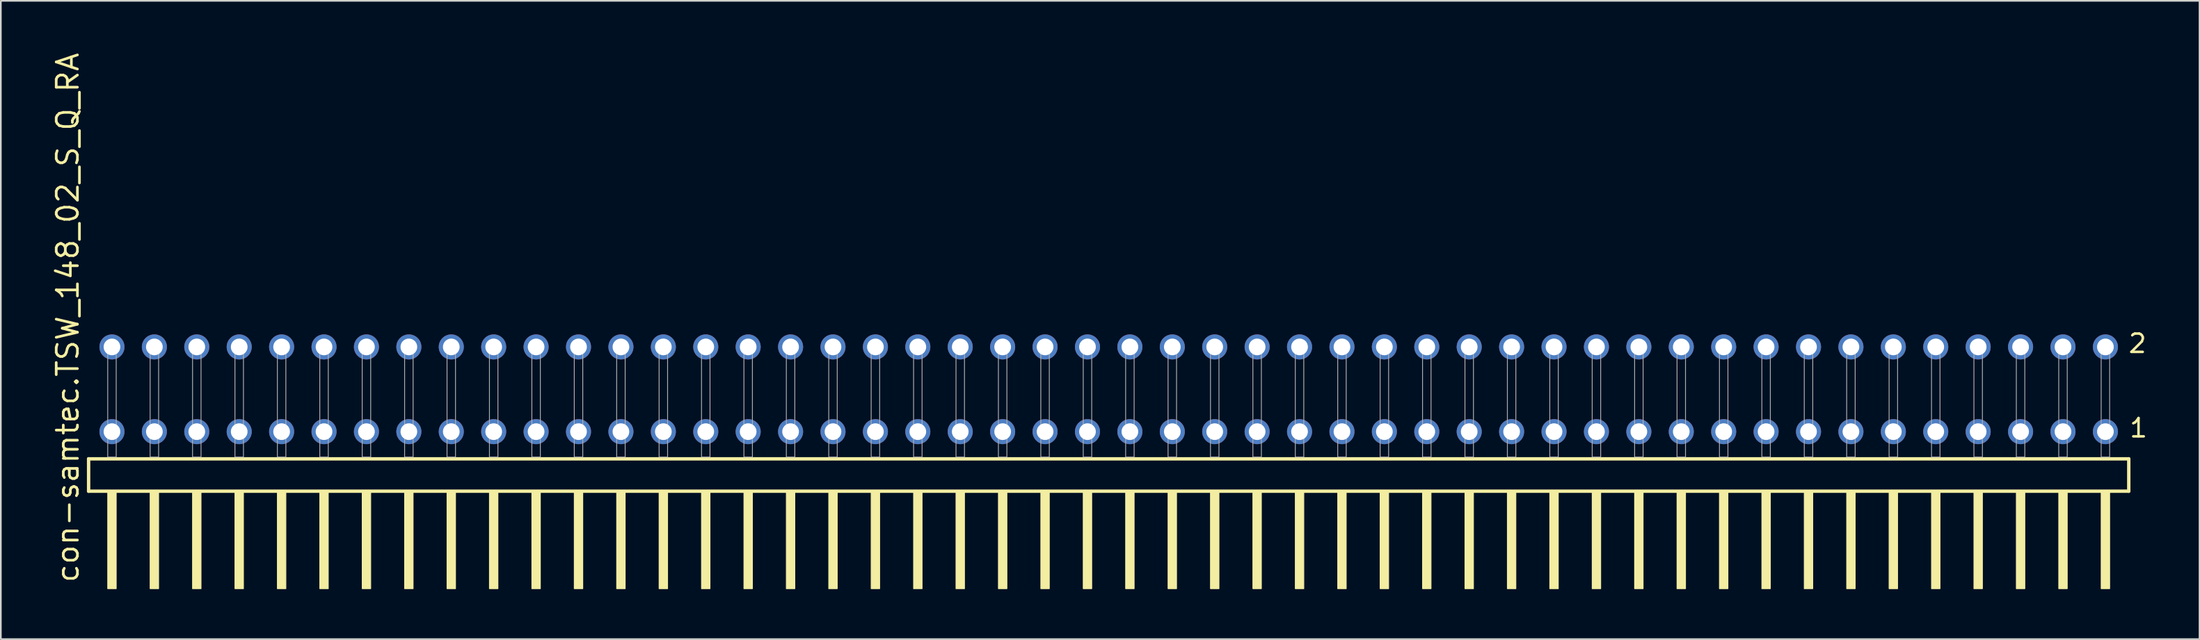
<source format=kicad_pcb>
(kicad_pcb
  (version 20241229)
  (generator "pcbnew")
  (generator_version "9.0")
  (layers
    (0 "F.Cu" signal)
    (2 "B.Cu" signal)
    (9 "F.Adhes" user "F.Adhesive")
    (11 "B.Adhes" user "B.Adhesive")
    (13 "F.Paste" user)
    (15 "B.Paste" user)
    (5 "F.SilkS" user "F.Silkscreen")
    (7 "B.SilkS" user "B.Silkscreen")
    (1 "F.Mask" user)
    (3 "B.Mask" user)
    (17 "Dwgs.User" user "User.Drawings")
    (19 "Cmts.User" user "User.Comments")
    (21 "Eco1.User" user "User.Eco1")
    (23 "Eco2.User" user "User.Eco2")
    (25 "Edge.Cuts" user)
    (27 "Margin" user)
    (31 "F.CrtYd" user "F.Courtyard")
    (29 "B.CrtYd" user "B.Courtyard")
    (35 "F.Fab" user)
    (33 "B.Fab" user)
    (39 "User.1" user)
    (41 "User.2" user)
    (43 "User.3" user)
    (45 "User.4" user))
  (footprint "con-samtec.TSW_148_02_S_Q_RA"
    (layer "F.Cu")
    (at 63.345 24.356)
    (property "Reference" "con-samtec.TSW_148_02_S_Q_RA" (at -61.595 7.62 90) (layer "F.SilkS") (effects (font (size 1.27 1.27) (thickness 0.16)) (justify left bottom)))
    (attr through_hole)
    (fp_line (start -61.089 0.106) (end -61.089 2.046) (stroke (width 0.203) (type default)) (layer "F.SilkS"))
    (fp_line (start -61.089 2.046) (end 61.089 2.046) (stroke (width 0.203) (type default)) (layer "F.SilkS"))
    (fp_line (start 61.089 0.106) (end -61.089 0.106) (stroke (width 0.203) (type default)) (layer "F.SilkS"))
    (fp_line (start 61.089 2.046) (end 61.089 0.106) (stroke (width 0.203) (type default)) (layer "F.SilkS"))
    (fp_rect (start -59.944 7.89) (end -59.436 2.04) (stroke (width 0.05) (type default)) (fill yes) (layer "F.SilkS"))
    (fp_rect (start -57.404 7.89) (end -56.896 2.04) (stroke (width 0.05) (type default)) (fill yes) (layer "F.SilkS"))
    (fp_rect (start -54.864 7.89) (end -54.356 2.04) (stroke (width 0.05) (type default)) (fill yes) (layer "F.SilkS"))
    (fp_rect (start -52.324 7.89) (end -51.816 2.04) (stroke (width 0.05) (type default)) (fill yes) (layer "F.SilkS"))
    (fp_rect (start -49.784 7.89) (end -49.276 2.04) (stroke (width 0.05) (type default)) (fill yes) (layer "F.SilkS"))
    (fp_rect (start -47.244 7.89) (end -46.736 2.04) (stroke (width 0.05) (type default)) (fill yes) (layer "F.SilkS"))
    (fp_rect (start -44.704 7.89) (end -44.196 2.04) (stroke (width 0.05) (type default)) (fill yes) (layer "F.SilkS"))
    (fp_rect (start -42.164 7.89) (end -41.656 2.04) (stroke (width 0.05) (type default)) (fill yes) (layer "F.SilkS"))
    (fp_rect (start -39.624 7.89) (end -39.116 2.04) (stroke (width 0.05) (type default)) (fill yes) (layer "F.SilkS"))
    (fp_rect (start -37.084 7.89) (end -36.576 2.04) (stroke (width 0.05) (type default)) (fill yes) (layer "F.SilkS"))
    (fp_rect (start -34.544 7.89) (end -34.036 2.04) (stroke (width 0.05) (type default)) (fill yes) (layer "F.SilkS"))
    (fp_rect (start -32.004 7.89) (end -31.496 2.04) (stroke (width 0.05) (type default)) (fill yes) (layer "F.SilkS"))
    (fp_rect (start -29.464 7.89) (end -28.956 2.04) (stroke (width 0.05) (type default)) (fill yes) (layer "F.SilkS"))
    (fp_rect (start -26.924 7.89) (end -26.416 2.04) (stroke (width 0.05) (type default)) (fill yes) (layer "F.SilkS"))
    (fp_rect (start -24.384 7.89) (end -23.876 2.04) (stroke (width 0.05) (type default)) (fill yes) (layer "F.SilkS"))
    (fp_rect (start -21.844 7.89) (end -21.336 2.04) (stroke (width 0.05) (type default)) (fill yes) (layer "F.SilkS"))
    (fp_rect (start -19.304 7.89) (end -18.796 2.04) (stroke (width 0.05) (type default)) (fill yes) (layer "F.SilkS"))
    (fp_rect (start -16.764 7.89) (end -16.256 2.04) (stroke (width 0.05) (type default)) (fill yes) (layer "F.SilkS"))
    (fp_rect (start -14.224 7.89) (end -13.716 2.04) (stroke (width 0.05) (type default)) (fill yes) (layer "F.SilkS"))
    (fp_rect (start -11.684 7.89) (end -11.176 2.04) (stroke (width 0.05) (type default)) (fill yes) (layer "F.SilkS"))
    (fp_rect (start -9.144 7.89) (end -8.636 2.04) (stroke (width 0.05) (type default)) (fill yes) (layer "F.SilkS"))
    (fp_rect (start -6.604 7.89) (end -6.096 2.04) (stroke (width 0.05) (type default)) (fill yes) (layer "F.SilkS"))
    (fp_rect (start -4.064 7.89) (end -3.556 2.04) (stroke (width 0.05) (type default)) (fill yes) (layer "F.SilkS"))
    (fp_rect (start -1.524 7.89) (end -1.016 2.04) (stroke (width 0.05) (type default)) (fill yes) (layer "F.SilkS"))
    (fp_rect (start 1.016 7.89) (end 1.524 2.04) (stroke (width 0.05) (type default)) (fill yes) (layer "F.SilkS"))
    (fp_rect (start 3.556 7.89) (end 4.064 2.04) (stroke (width 0.05) (type default)) (fill yes) (layer "F.SilkS"))
    (fp_rect (start 6.096 7.89) (end 6.604 2.04) (stroke (width 0.05) (type default)) (fill yes) (layer "F.SilkS"))
    (fp_rect (start 8.636 7.89) (end 9.144 2.04) (stroke (width 0.05) (type default)) (fill yes) (layer "F.SilkS"))
    (fp_rect (start 11.176 7.89) (end 11.684 2.04) (stroke (width 0.05) (type default)) (fill yes) (layer "F.SilkS"))
    (fp_rect (start 13.716 7.89) (end 14.224 2.04) (stroke (width 0.05) (type default)) (fill yes) (layer "F.SilkS"))
    (fp_rect (start 16.256 7.89) (end 16.764 2.04) (stroke (width 0.05) (type default)) (fill yes) (layer "F.SilkS"))
    (fp_rect (start 18.796 7.89) (end 19.304 2.04) (stroke (width 0.05) (type default)) (fill yes) (layer "F.SilkS"))
    (fp_rect (start 21.336 7.89) (end 21.844 2.04) (stroke (width 0.05) (type default)) (fill yes) (layer "F.SilkS"))
    (fp_rect (start 23.876 7.89) (end 24.384 2.04) (stroke (width 0.05) (type default)) (fill yes) (layer "F.SilkS"))
    (fp_rect (start 26.416 7.89) (end 26.924 2.04) (stroke (width 0.05) (type default)) (fill yes) (layer "F.SilkS"))
    (fp_rect (start 28.956 7.89) (end 29.464 2.04) (stroke (width 0.05) (type default)) (fill yes) (layer "F.SilkS"))
    (fp_rect (start 31.496 7.89) (end 32.004 2.04) (stroke (width 0.05) (type default)) (fill yes) (layer "F.SilkS"))
    (fp_rect (start 34.036 7.89) (end 34.544 2.04) (stroke (width 0.05) (type default)) (fill yes) (layer "F.SilkS"))
    (fp_rect (start 36.576 7.89) (end 37.084 2.04) (stroke (width 0.05) (type default)) (fill yes) (layer "F.SilkS"))
    (fp_rect (start 39.116 7.89) (end 39.624 2.04) (stroke (width 0.05) (type default)) (fill yes) (layer "F.SilkS"))
    (fp_rect (start 41.656 7.89) (end 42.164 2.04) (stroke (width 0.05) (type default)) (fill yes) (layer "F.SilkS"))
    (fp_rect (start 44.196 7.89) (end 44.704 2.04) (stroke (width 0.05) (type default)) (fill yes) (layer "F.SilkS"))
    (fp_rect (start 46.736 7.89) (end 47.244 2.04) (stroke (width 0.05) (type default)) (fill yes) (layer "F.SilkS"))
    (fp_rect (start 49.276 7.89) (end 49.784 2.04) (stroke (width 0.05) (type default)) (fill yes) (layer "F.SilkS"))
    (fp_rect (start 51.816 7.89) (end 52.324 2.04) (stroke (width 0.05) (type default)) (fill yes) (layer "F.SilkS"))
    (fp_rect (start 54.356 7.89) (end 54.864 2.04) (stroke (width 0.05) (type default)) (fill yes) (layer "F.SilkS"))
    (fp_rect (start 56.896 7.89) (end 57.404 2.04) (stroke (width 0.05) (type default)) (fill yes) (layer "F.SilkS"))
    (fp_rect (start 59.436 7.89) (end 59.944 2.04) (stroke (width 0.05) (type default)) (fill yes) (layer "F.SilkS"))
    (fp_rect (start -59.944 0) (end -59.436 -6.858) (stroke (width 0.05) (type default)) (fill no) (layer "F.Fab"))
    (fp_rect (start -57.404 0) (end -56.896 -6.858) (stroke (width 0.05) (type default)) (fill no) (layer "F.Fab"))
    (fp_rect (start -54.864 0) (end -54.356 -6.858) (stroke (width 0.05) (type default)) (fill no) (layer "F.Fab"))
    (fp_rect (start -52.324 0) (end -51.816 -6.858) (stroke (width 0.05) (type default)) (fill no) (layer "F.Fab"))
    (fp_rect (start -49.784 0) (end -49.276 -6.858) (stroke (width 0.05) (type default)) (fill no) (layer "F.Fab"))
    (fp_rect (start -47.244 0) (end -46.736 -6.858) (stroke (width 0.05) (type default)) (fill no) (layer "F.Fab"))
    (fp_rect (start -44.704 0) (end -44.196 -6.858) (stroke (width 0.05) (type default)) (fill no) (layer "F.Fab"))
    (fp_rect (start -42.164 0) (end -41.656 -6.858) (stroke (width 0.05) (type default)) (fill no) (layer "F.Fab"))
    (fp_rect (start -39.624 0) (end -39.116 -6.858) (stroke (width 0.05) (type default)) (fill no) (layer "F.Fab"))
    (fp_rect (start -37.084 0) (end -36.576 -6.858) (stroke (width 0.05) (type default)) (fill no) (layer "F.Fab"))
    (fp_rect (start -34.544 0) (end -34.036 -6.858) (stroke (width 0.05) (type default)) (fill no) (layer "F.Fab"))
    (fp_rect (start -32.004 0) (end -31.496 -6.858) (stroke (width 0.05) (type default)) (fill no) (layer "F.Fab"))
    (fp_rect (start -29.464 0) (end -28.956 -6.858) (stroke (width 0.05) (type default)) (fill no) (layer "F.Fab"))
    (fp_rect (start -26.924 0) (end -26.416 -6.858) (stroke (width 0.05) (type default)) (fill no) (layer "F.Fab"))
    (fp_rect (start -24.384 0) (end -23.876 -6.858) (stroke (width 0.05) (type default)) (fill no) (layer "F.Fab"))
    (fp_rect (start -21.844 0) (end -21.336 -6.858) (stroke (width 0.05) (type default)) (fill no) (layer "F.Fab"))
    (fp_rect (start -19.304 0) (end -18.796 -6.858) (stroke (width 0.05) (type default)) (fill no) (layer "F.Fab"))
    (fp_rect (start -16.764 0) (end -16.256 -6.858) (stroke (width 0.05) (type default)) (fill no) (layer "F.Fab"))
    (fp_rect (start -14.224 0) (end -13.716 -6.858) (stroke (width 0.05) (type default)) (fill no) (layer "F.Fab"))
    (fp_rect (start -11.684 0) (end -11.176 -6.858) (stroke (width 0.05) (type default)) (fill no) (layer "F.Fab"))
    (fp_rect (start -9.144 0) (end -8.636 -6.858) (stroke (width 0.05) (type default)) (fill no) (layer "F.Fab"))
    (fp_rect (start -6.604 0) (end -6.096 -6.858) (stroke (width 0.05) (type default)) (fill no) (layer "F.Fab"))
    (fp_rect (start -4.064 0) (end -3.556 -6.858) (stroke (width 0.05) (type default)) (fill no) (layer "F.Fab"))
    (fp_rect (start -1.524 0) (end -1.016 -6.858) (stroke (width 0.05) (type default)) (fill no) (layer "F.Fab"))
    (fp_rect (start 1.016 0) (end 1.524 -6.858) (stroke (width 0.05) (type default)) (fill no) (layer "F.Fab"))
    (fp_rect (start 3.556 0) (end 4.064 -6.858) (stroke (width 0.05) (type default)) (fill no) (layer "F.Fab"))
    (fp_rect (start 6.096 0) (end 6.604 -6.858) (stroke (width 0.05) (type default)) (fill no) (layer "F.Fab"))
    (fp_rect (start 8.636 0) (end 9.144 -6.858) (stroke (width 0.05) (type default)) (fill no) (layer "F.Fab"))
    (fp_rect (start 11.176 0) (end 11.684 -6.858) (stroke (width 0.05) (type default)) (fill no) (layer "F.Fab"))
    (fp_rect (start 13.716 0) (end 14.224 -6.858) (stroke (width 0.05) (type default)) (fill no) (layer "F.Fab"))
    (fp_rect (start 16.256 0) (end 16.764 -6.858) (stroke (width 0.05) (type default)) (fill no) (layer "F.Fab"))
    (fp_rect (start 18.796 0) (end 19.304 -6.858) (stroke (width 0.05) (type default)) (fill no) (layer "F.Fab"))
    (fp_rect (start 21.336 0) (end 21.844 -6.858) (stroke (width 0.05) (type default)) (fill no) (layer "F.Fab"))
    (fp_rect (start 23.876 0) (end 24.384 -6.858) (stroke (width 0.05) (type default)) (fill no) (layer "F.Fab"))
    (fp_rect (start 26.416 0) (end 26.924 -6.858) (stroke (width 0.05) (type default)) (fill no) (layer "F.Fab"))
    (fp_rect (start 28.956 0) (end 29.464 -6.858) (stroke (width 0.05) (type default)) (fill no) (layer "F.Fab"))
    (fp_rect (start 31.496 0) (end 32.004 -6.858) (stroke (width 0.05) (type default)) (fill no) (layer "F.Fab"))
    (fp_rect (start 34.036 0) (end 34.544 -6.858) (stroke (width 0.05) (type default)) (fill no) (layer "F.Fab"))
    (fp_rect (start 36.576 0) (end 37.084 -6.858) (stroke (width 0.05) (type default)) (fill no) (layer "F.Fab"))
    (fp_rect (start 39.116 0) (end 39.624 -6.858) (stroke (width 0.05) (type default)) (fill no) (layer "F.Fab"))
    (fp_rect (start 41.656 0) (end 42.164 -6.858) (stroke (width 0.05) (type default)) (fill no) (layer "F.Fab"))
    (fp_rect (start 44.196 0) (end 44.704 -6.858) (stroke (width 0.05) (type default)) (fill no) (layer "F.Fab"))
    (fp_rect (start 46.736 0) (end 47.244 -6.858) (stroke (width 0.05) (type default)) (fill no) (layer "F.Fab"))
    (fp_rect (start 49.276 0) (end 49.784 -6.858) (stroke (width 0.05) (type default)) (fill no) (layer "F.Fab"))
    (fp_rect (start 51.816 0) (end 52.324 -6.858) (stroke (width 0.05) (type default)) (fill no) (layer "F.Fab"))
    (fp_rect (start 54.356 0) (end 54.864 -6.858) (stroke (width 0.05) (type default)) (fill no) (layer "F.Fab"))
    (fp_rect (start 56.896 0) (end 57.404 -6.858) (stroke (width 0.05) (type default)) (fill no) (layer "F.Fab"))
    (fp_rect (start 59.436 0) (end 59.944 -6.858) (stroke (width 0.05) (type default)) (fill no) (layer "F.Fab"))
    (fp_text user "1" (at 61.05 -1.1 0) (layer "F.SilkS") (effects (font (size 1.1 1.1) (thickness 0.15)) (justify left bottom)))
    (fp_text user "2" (at 60.99 -6.165 0) (layer "F.SilkS") (effects (font (size 1.1 1.1) (thickness 0.15)) (justify left bottom)))
    (pad "1" thru_hole circle (at 59.69 -1.524 180) (size 1.5 1.5) (drill 1) (layers "*.Cu" "*.Mask"))
    (pad "2" thru_hole circle (at 59.69 -6.604 180) (size 1.5 1.5) (drill 1) (layers "*.Cu" "*.Mask"))
    (pad "3" thru_hole circle (at 57.15 -1.524 180) (size 1.5 1.5) (drill 1) (layers "*.Cu" "*.Mask"))
    (pad "4" thru_hole circle (at 57.15 -6.604 180) (size 1.5 1.5) (drill 1) (layers "*.Cu" "*.Mask"))
    (pad "5" thru_hole circle (at 54.61 -1.524 180) (size 1.5 1.5) (drill 1) (layers "*.Cu" "*.Mask"))
    (pad "6" thru_hole circle (at 54.61 -6.604 180) (size 1.5 1.5) (drill 1) (layers "*.Cu" "*.Mask"))
    (pad "7" thru_hole circle (at 52.07 -1.524 180) (size 1.5 1.5) (drill 1) (layers "*.Cu" "*.Mask"))
    (pad "8" thru_hole circle (at 52.07 -6.604 180) (size 1.5 1.5) (drill 1) (layers "*.Cu" "*.Mask"))
    (pad "9" thru_hole circle (at 49.53 -1.524 180) (size 1.5 1.5) (drill 1) (layers "*.Cu" "*.Mask"))
    (pad "10" thru_hole circle (at 49.53 -6.604 180) (size 1.5 1.5) (drill 1) (layers "*.Cu" "*.Mask"))
    (pad "11" thru_hole circle (at 46.99 -1.524 180) (size 1.5 1.5) (drill 1) (layers "*.Cu" "*.Mask"))
    (pad "12" thru_hole circle (at 46.99 -6.604 180) (size 1.5 1.5) (drill 1) (layers "*.Cu" "*.Mask"))
    (pad "13" thru_hole circle (at 44.45 -1.524 180) (size 1.5 1.5) (drill 1) (layers "*.Cu" "*.Mask"))
    (pad "14" thru_hole circle (at 44.45 -6.604 180) (size 1.5 1.5) (drill 1) (layers "*.Cu" "*.Mask"))
    (pad "15" thru_hole circle (at 41.91 -1.524 180) (size 1.5 1.5) (drill 1) (layers "*.Cu" "*.Mask"))
    (pad "16" thru_hole circle (at 41.91 -6.604 180) (size 1.5 1.5) (drill 1) (layers "*.Cu" "*.Mask"))
    (pad "17" thru_hole circle (at 39.37 -1.524 180) (size 1.5 1.5) (drill 1) (layers "*.Cu" "*.Mask"))
    (pad "18" thru_hole circle (at 39.37 -6.604 180) (size 1.5 1.5) (drill 1) (layers "*.Cu" "*.Mask"))
    (pad "19" thru_hole circle (at 36.83 -1.524 180) (size 1.5 1.5) (drill 1) (layers "*.Cu" "*.Mask"))
    (pad "20" thru_hole circle (at 36.83 -6.604 180) (size 1.5 1.5) (drill 1) (layers "*.Cu" "*.Mask"))
    (pad "21" thru_hole circle (at 34.29 -1.524 180) (size 1.5 1.5) (drill 1) (layers "*.Cu" "*.Mask"))
    (pad "22" thru_hole circle (at 34.29 -6.604 180) (size 1.5 1.5) (drill 1) (layers "*.Cu" "*.Mask"))
    (pad "23" thru_hole circle (at 31.75 -1.524 180) (size 1.5 1.5) (drill 1) (layers "*.Cu" "*.Mask"))
    (pad "24" thru_hole circle (at 31.75 -6.604 180) (size 1.5 1.5) (drill 1) (layers "*.Cu" "*.Mask"))
    (pad "25" thru_hole circle (at 29.21 -1.524 180) (size 1.5 1.5) (drill 1) (layers "*.Cu" "*.Mask"))
    (pad "26" thru_hole circle (at 29.21 -6.604 180) (size 1.5 1.5) (drill 1) (layers "*.Cu" "*.Mask"))
    (pad "27" thru_hole circle (at 26.67 -1.524 180) (size 1.5 1.5) (drill 1) (layers "*.Cu" "*.Mask"))
    (pad "28" thru_hole circle (at 26.67 -6.604 180) (size 1.5 1.5) (drill 1) (layers "*.Cu" "*.Mask"))
    (pad "29" thru_hole circle (at 24.13 -1.524 180) (size 1.5 1.5) (drill 1) (layers "*.Cu" "*.Mask"))
    (pad "30" thru_hole circle (at 24.13 -6.604 180) (size 1.5 1.5) (drill 1) (layers "*.Cu" "*.Mask"))
    (pad "31" thru_hole circle (at 21.59 -1.524 180) (size 1.5 1.5) (drill 1) (layers "*.Cu" "*.Mask"))
    (pad "32" thru_hole circle (at 21.59 -6.604 180) (size 1.5 1.5) (drill 1) (layers "*.Cu" "*.Mask"))
    (pad "33" thru_hole circle (at 19.05 -1.524 180) (size 1.5 1.5) (drill 1) (layers "*.Cu" "*.Mask"))
    (pad "34" thru_hole circle (at 19.05 -6.604 180) (size 1.5 1.5) (drill 1) (layers "*.Cu" "*.Mask"))
    (pad "35" thru_hole circle (at 16.51 -1.524 180) (size 1.5 1.5) (drill 1) (layers "*.Cu" "*.Mask"))
    (pad "36" thru_hole circle (at 16.51 -6.604 180) (size 1.5 1.5) (drill 1) (layers "*.Cu" "*.Mask"))
    (pad "37" thru_hole circle (at 13.97 -1.524 180) (size 1.5 1.5) (drill 1) (layers "*.Cu" "*.Mask"))
    (pad "38" thru_hole circle (at 13.97 -6.604 180) (size 1.5 1.5) (drill 1) (layers "*.Cu" "*.Mask"))
    (pad "39" thru_hole circle (at 11.43 -1.524 180) (size 1.5 1.5) (drill 1) (layers "*.Cu" "*.Mask"))
    (pad "40" thru_hole circle (at 11.43 -6.604 180) (size 1.5 1.5) (drill 1) (layers "*.Cu" "*.Mask"))
    (pad "41" thru_hole circle (at 8.89 -1.524 180) (size 1.5 1.5) (drill 1) (layers "*.Cu" "*.Mask"))
    (pad "42" thru_hole circle (at 8.89 -6.604 180) (size 1.5 1.5) (drill 1) (layers "*.Cu" "*.Mask"))
    (pad "43" thru_hole circle (at 6.35 -1.524 180) (size 1.5 1.5) (drill 1) (layers "*.Cu" "*.Mask"))
    (pad "44" thru_hole circle (at 6.35 -6.604 180) (size 1.5 1.5) (drill 1) (layers "*.Cu" "*.Mask"))
    (pad "45" thru_hole circle (at 3.81 -1.524 180) (size 1.5 1.5) (drill 1) (layers "*.Cu" "*.Mask"))
    (pad "46" thru_hole circle (at 3.81 -6.604 180) (size 1.5 1.5) (drill 1) (layers "*.Cu" "*.Mask"))
    (pad "47" thru_hole circle (at 1.27 -1.524 180) (size 1.5 1.5) (drill 1) (layers "*.Cu" "*.Mask"))
    (pad "48" thru_hole circle (at 1.27 -6.604 180) (size 1.5 1.5) (drill 1) (layers "*.Cu" "*.Mask"))
    (pad "49" thru_hole circle (at -1.27 -1.524 180) (size 1.5 1.5) (drill 1) (layers "*.Cu" "*.Mask"))
    (pad "50" thru_hole circle (at -1.27 -6.604 180) (size 1.5 1.5) (drill 1) (layers "*.Cu" "*.Mask"))
    (pad "51" thru_hole circle (at -3.81 -1.524 180) (size 1.5 1.5) (drill 1) (layers "*.Cu" "*.Mask"))
    (pad "52" thru_hole circle (at -3.81 -6.604 180) (size 1.5 1.5) (drill 1) (layers "*.Cu" "*.Mask"))
    (pad "53" thru_hole circle (at -6.35 -1.524 180) (size 1.5 1.5) (drill 1) (layers "*.Cu" "*.Mask"))
    (pad "54" thru_hole circle (at -6.35 -6.604 180) (size 1.5 1.5) (drill 1) (layers "*.Cu" "*.Mask"))
    (pad "55" thru_hole circle (at -8.89 -1.524 180) (size 1.5 1.5) (drill 1) (layers "*.Cu" "*.Mask"))
    (pad "56" thru_hole circle (at -8.89 -6.604 180) (size 1.5 1.5) (drill 1) (layers "*.Cu" "*.Mask"))
    (pad "57" thru_hole circle (at -11.43 -1.524 180) (size 1.5 1.5) (drill 1) (layers "*.Cu" "*.Mask"))
    (pad "58" thru_hole circle (at -11.43 -6.604 180) (size 1.5 1.5) (drill 1) (layers "*.Cu" "*.Mask"))
    (pad "59" thru_hole circle (at -13.97 -1.524 180) (size 1.5 1.5) (drill 1) (layers "*.Cu" "*.Mask"))
    (pad "60" thru_hole circle (at -13.97 -6.604 180) (size 1.5 1.5) (drill 1) (layers "*.Cu" "*.Mask"))
    (pad "61" thru_hole circle (at -16.51 -1.524 180) (size 1.5 1.5) (drill 1) (layers "*.Cu" "*.Mask"))
    (pad "62" thru_hole circle (at -16.51 -6.604 180) (size 1.5 1.5) (drill 1) (layers "*.Cu" "*.Mask"))
    (pad "63" thru_hole circle (at -19.05 -1.524 180) (size 1.5 1.5) (drill 1) (layers "*.Cu" "*.Mask"))
    (pad "64" thru_hole circle (at -19.05 -6.604 180) (size 1.5 1.5) (drill 1) (layers "*.Cu" "*.Mask"))
    (pad "65" thru_hole circle (at -21.59 -1.524 180) (size 1.5 1.5) (drill 1) (layers "*.Cu" "*.Mask"))
    (pad "66" thru_hole circle (at -21.59 -6.604 180) (size 1.5 1.5) (drill 1) (layers "*.Cu" "*.Mask"))
    (pad "67" thru_hole circle (at -24.13 -1.524 180) (size 1.5 1.5) (drill 1) (layers "*.Cu" "*.Mask"))
    (pad "68" thru_hole circle (at -24.13 -6.604 180) (size 1.5 1.5) (drill 1) (layers "*.Cu" "*.Mask"))
    (pad "69" thru_hole circle (at -26.67 -1.524 180) (size 1.5 1.5) (drill 1) (layers "*.Cu" "*.Mask"))
    (pad "70" thru_hole circle (at -26.67 -6.604 180) (size 1.5 1.5) (drill 1) (layers "*.Cu" "*.Mask"))
    (pad "71" thru_hole circle (at -29.21 -1.524 180) (size 1.5 1.5) (drill 1) (layers "*.Cu" "*.Mask"))
    (pad "72" thru_hole circle (at -29.21 -6.604 180) (size 1.5 1.5) (drill 1) (layers "*.Cu" "*.Mask"))
    (pad "73" thru_hole circle (at -31.75 -1.524 180) (size 1.5 1.5) (drill 1) (layers "*.Cu" "*.Mask"))
    (pad "74" thru_hole circle (at -31.75 -6.604 180) (size 1.5 1.5) (drill 1) (layers "*.Cu" "*.Mask"))
    (pad "75" thru_hole circle (at -34.29 -1.524 180) (size 1.5 1.5) (drill 1) (layers "*.Cu" "*.Mask"))
    (pad "76" thru_hole circle (at -34.29 -6.604 180) (size 1.5 1.5) (drill 1) (layers "*.Cu" "*.Mask"))
    (pad "77" thru_hole circle (at -36.83 -1.524 180) (size 1.5 1.5) (drill 1) (layers "*.Cu" "*.Mask"))
    (pad "78" thru_hole circle (at -36.83 -6.604 180) (size 1.5 1.5) (drill 1) (layers "*.Cu" "*.Mask"))
    (pad "79" thru_hole circle (at -39.37 -1.524 180) (size 1.5 1.5) (drill 1) (layers "*.Cu" "*.Mask"))
    (pad "80" thru_hole circle (at -39.37 -6.604 180) (size 1.5 1.5) (drill 1) (layers "*.Cu" "*.Mask"))
    (pad "81" thru_hole circle (at -41.91 -1.524 180) (size 1.5 1.5) (drill 1) (layers "*.Cu" "*.Mask"))
    (pad "82" thru_hole circle (at -41.91 -6.604 180) (size 1.5 1.5) (drill 1) (layers "*.Cu" "*.Mask"))
    (pad "83" thru_hole circle (at -44.45 -1.524 180) (size 1.5 1.5) (drill 1) (layers "*.Cu" "*.Mask"))
    (pad "84" thru_hole circle (at -44.45 -6.604 180) (size 1.5 1.5) (drill 1) (layers "*.Cu" "*.Mask"))
    (pad "85" thru_hole circle (at -46.99 -1.524 180) (size 1.5 1.5) (drill 1) (layers "*.Cu" "*.Mask"))
    (pad "86" thru_hole circle (at -46.99 -6.604 180) (size 1.5 1.5) (drill 1) (layers "*.Cu" "*.Mask"))
    (pad "87" thru_hole circle (at -49.53 -1.524 180) (size 1.5 1.5) (drill 1) (layers "*.Cu" "*.Mask"))
    (pad "88" thru_hole circle (at -49.53 -6.604 180) (size 1.5 1.5) (drill 1) (layers "*.Cu" "*.Mask"))
    (pad "89" thru_hole circle (at -52.07 -1.524 180) (size 1.5 1.5) (drill 1) (layers "*.Cu" "*.Mask"))
    (pad "90" thru_hole circle (at -52.07 -6.604 180) (size 1.5 1.5) (drill 1) (layers "*.Cu" "*.Mask"))
    (pad "91" thru_hole circle (at -54.61 -1.524 180) (size 1.5 1.5) (drill 1) (layers "*.Cu" "*.Mask"))
    (pad "92" thru_hole circle (at -54.61 -6.604 180) (size 1.5 1.5) (drill 1) (layers "*.Cu" "*.Mask"))
    (pad "93" thru_hole circle (at -57.15 -1.524 180) (size 1.5 1.5) (drill 1) (layers "*.Cu" "*.Mask"))
    (pad "94" thru_hole circle (at -57.15 -6.604 180) (size 1.5 1.5) (drill 1) (layers "*.Cu" "*.Mask"))
    (pad "95" thru_hole circle (at -59.69 -1.524 180) (size 1.5 1.5) (drill 1) (layers "*.Cu" "*.Mask"))
    (pad "96" thru_hole circle (at -59.69 -6.604 180) (size 1.5 1.5) (drill 1) (layers "*.Cu" "*.Mask")))
  (gr_rect
    (start -3 -3)
    (end 128.673 35.271)
    (stroke (width 0.1) (type default))
    (fill no)
    (layer "Edge.Cuts")))
</source>
